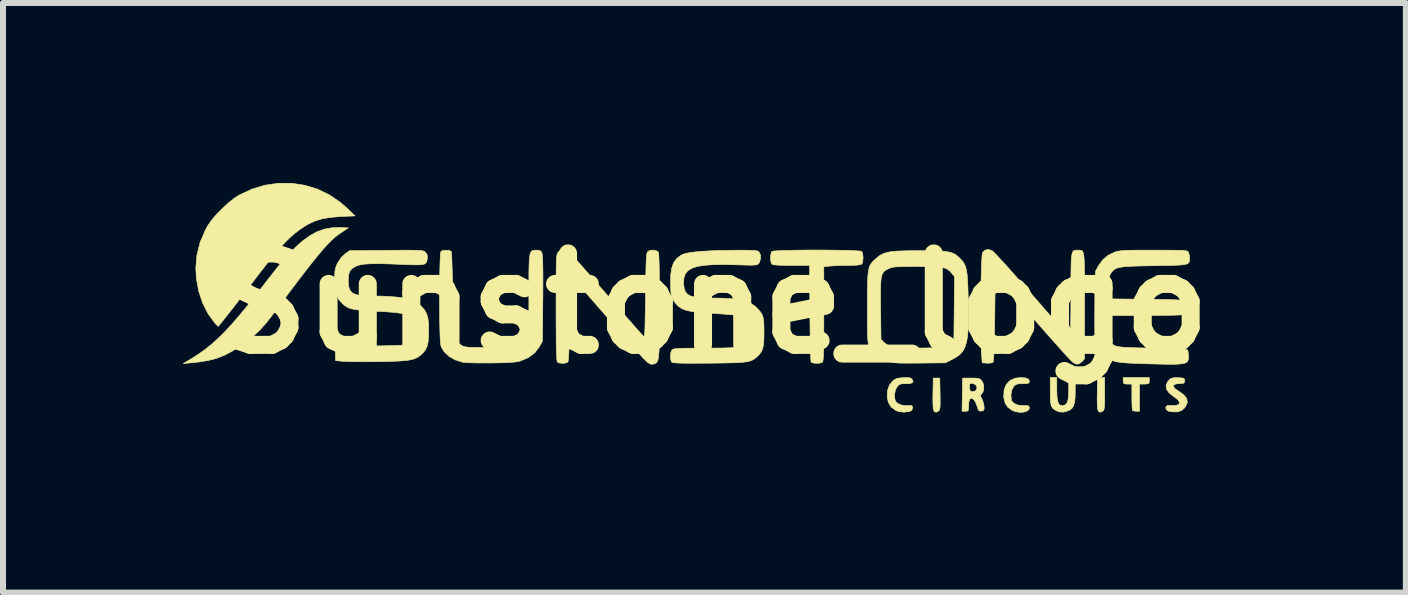
<source format=kicad_pcb>
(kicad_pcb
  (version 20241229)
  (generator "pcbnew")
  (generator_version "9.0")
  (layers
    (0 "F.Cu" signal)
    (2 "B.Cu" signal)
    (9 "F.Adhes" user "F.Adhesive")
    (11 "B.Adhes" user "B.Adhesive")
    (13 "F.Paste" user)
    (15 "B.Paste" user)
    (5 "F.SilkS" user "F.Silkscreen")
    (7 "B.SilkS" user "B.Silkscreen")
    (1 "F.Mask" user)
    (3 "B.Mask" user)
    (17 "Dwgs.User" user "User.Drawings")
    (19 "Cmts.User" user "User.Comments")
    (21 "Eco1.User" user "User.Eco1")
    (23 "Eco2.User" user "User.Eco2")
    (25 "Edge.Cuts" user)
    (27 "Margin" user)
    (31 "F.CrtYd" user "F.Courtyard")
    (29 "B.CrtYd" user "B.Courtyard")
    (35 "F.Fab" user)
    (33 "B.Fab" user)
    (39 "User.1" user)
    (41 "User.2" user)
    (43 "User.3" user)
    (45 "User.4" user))
  (footprint "Sunstone_logo"
    (layer "F.Cu")
    (at 8.85 2.009)
    (property "Reference" "Sunstone_logo" (at 0 0 0) (layer "F.SilkS") (effects (font (size 1.524 1.524) (thickness 0.3))))
    (attr through_hole)
    (fp_poly (pts (xy 3.77 1.506) (xy 3.771 1.61) (xy 3.771 1.684) (xy 3.768 1.734) (xy 3.762 1.765) (xy 3.753 1.783) (xy 3.744 1.791) (xy 3.708 1.812) (xy 3.682 1.806) (xy 3.667 1.789) (xy 3.657 1.759) (xy 3.652 1.697) (xy 3.65 1.6) (xy 3.651 1.503) (xy 3.656 1.243) (xy 3.765 1.243) (xy 3.77 1.506)) (stroke (width 0.01) (type solid)) (fill yes) (layer "F.SilkS"))
    (fp_poly (pts (xy 6.513 1.504) (xy 6.513 1.61) (xy 6.511 1.685) (xy 6.508 1.735) (xy 6.502 1.766) (xy 6.493 1.784) (xy 6.48 1.794) (xy 6.478 1.796) (xy 6.444 1.812) (xy 6.424 1.808) (xy 6.406 1.789) (xy 6.397 1.759) (xy 6.391 1.697) (xy 6.389 1.6) (xy 6.39 1.503) (xy 6.395 1.243) (xy 6.454 1.237) (xy 6.513 1.231) (xy 6.513 1.504)) (stroke (width 0.01) (type solid)) (fill yes) (layer "F.SilkS"))
    (fp_poly (pts (xy 7.257 1.288) (xy 7.255 1.322) (xy 7.241 1.337) (xy 7.206 1.342) (xy 7.176 1.343) (xy 7.094 1.343) (xy 7.094 1.796) (xy 7.042 1.796) (xy 7.001 1.792) (xy 6.979 1.784) (xy 6.974 1.762) (xy 6.97 1.712) (xy 6.968 1.64) (xy 6.967 1.557) (xy 6.967 1.343) (xy 6.894 1.343) (xy 6.848 1.34) (xy 6.827 1.329) (xy 6.822 1.3) (xy 6.822 1.288) (xy 6.822 1.234) (xy 7.257 1.234) (xy 7.257 1.288)) (stroke (width 0.01) (type solid)) (fill yes) (layer "F.SilkS"))
    (fp_poly (pts (xy 5.715 1.429) (xy 5.718 1.54) (xy 5.727 1.618) (xy 5.744 1.669) (xy 5.771 1.696) (xy 5.809 1.703) (xy 5.821 1.702) (xy 5.858 1.689) (xy 5.885 1.659) (xy 5.902 1.607) (xy 5.912 1.528) (xy 5.914 1.42) (xy 5.915 1.234) (xy 6.023 1.234) (xy 6.023 1.443) (xy 6.021 1.559) (xy 6.012 1.645) (xy 5.995 1.706) (xy 5.968 1.748) (xy 5.928 1.778) (xy 5.905 1.788) (xy 5.825 1.811) (xy 5.755 1.806) (xy 5.708 1.787) (xy 5.669 1.764) (xy 5.641 1.738) (xy 5.623 1.704) (xy 5.613 1.653) (xy 5.608 1.581) (xy 5.607 1.479) (xy 5.607 1.465) (xy 5.606 1.234) (xy 5.715 1.234) (xy 5.715 1.429)) (stroke (width 0.01) (type solid)) (fill yes) (layer "F.SilkS"))
    (fp_poly (pts (xy 5.195 1.241) (xy 5.244 1.261) (xy 5.26 1.294) (xy 5.255 1.314) (xy 5.237 1.33) (xy 5.192 1.337) (xy 5.142 1.337) (xy 5.081 1.338) (xy 5.042 1.347) (xy 5.012 1.367) (xy 4.996 1.385) (xy 4.966 1.443) (xy 4.952 1.517) (xy 4.956 1.592) (xy 4.964 1.623) (xy 4.997 1.661) (xy 5.054 1.689) (xy 5.127 1.702) (xy 5.168 1.702) (xy 5.22 1.701) (xy 5.246 1.707) (xy 5.256 1.727) (xy 5.258 1.737) (xy 5.248 1.773) (xy 5.21 1.798) (xy 5.154 1.812) (xy 5.088 1.813) (xy 5.019 1.8) (xy 4.971 1.781) (xy 4.899 1.729) (xy 4.855 1.663) (xy 4.833 1.574) (xy 4.831 1.547) (xy 4.838 1.437) (xy 4.873 1.349) (xy 4.935 1.284) (xy 5.022 1.245) (xy 5.117 1.234) (xy 5.195 1.241)) (stroke (width 0.01) (type solid)) (fill yes) (layer "F.SilkS"))
    (fp_poly (pts (xy 3.269 1.24) (xy 3.295 1.254) (xy 3.3 1.259) (xy 3.32 1.297) (xy 3.306 1.323) (xy 3.258 1.336) (xy 3.202 1.337) (xy 3.14 1.337) (xy 3.102 1.345) (xy 3.073 1.366) (xy 3.056 1.384) (xy 3.025 1.443) (xy 3.011 1.517) (xy 3.015 1.591) (xy 3.029 1.632) (xy 3.069 1.67) (xy 3.134 1.695) (xy 3.216 1.702) (xy 3.23 1.702) (xy 3.28 1.7) (xy 3.304 1.707) (xy 3.311 1.728) (xy 3.311 1.741) (xy 3.299 1.78) (xy 3.266 1.798) (xy 3.165 1.812) (xy 3.071 1.798) (xy 3.03 1.781) (xy 2.954 1.724) (xy 2.908 1.649) (xy 2.889 1.564) (xy 2.893 1.452) (xy 2.927 1.359) (xy 2.976 1.296) (xy 3.012 1.267) (xy 3.051 1.25) (xy 3.104 1.241) (xy 3.154 1.237) (xy 3.225 1.235) (xy 3.269 1.24)) (stroke (width 0.01) (type solid)) (fill yes) (layer "F.SilkS"))
    (fp_poly (pts (xy 7.74 1.237) (xy 7.8 1.241) (xy 7.832 1.249) (xy 7.845 1.264) (xy 7.847 1.288) (xy 7.843 1.317) (xy 7.824 1.33) (xy 7.78 1.334) (xy 7.774 1.334) (xy 7.702 1.34) (xy 7.664 1.358) (xy 7.659 1.387) (xy 7.69 1.423) (xy 7.755 1.467) (xy 7.757 1.468) (xy 7.837 1.526) (xy 7.882 1.586) (xy 7.891 1.65) (xy 7.864 1.715) (xy 7.842 1.743) (xy 7.795 1.784) (xy 7.739 1.803) (xy 7.71 1.807) (xy 7.647 1.806) (xy 7.59 1.798) (xy 7.578 1.794) (xy 7.54 1.771) (xy 7.533 1.737) (xy 7.533 1.735) (xy 7.54 1.712) (xy 7.561 1.701) (xy 7.604 1.7) (xy 7.627 1.701) (xy 7.705 1.698) (xy 7.751 1.681) (xy 7.763 1.652) (xy 7.741 1.612) (xy 7.684 1.565) (xy 7.665 1.552) (xy 7.587 1.49) (xy 7.544 1.426) (xy 7.536 1.363) (xy 7.565 1.301) (xy 7.592 1.271) (xy 7.623 1.248) (xy 7.661 1.238) (xy 7.719 1.236) (xy 7.74 1.237)) (stroke (width 0.01) (type solid)) (fill yes) (layer "F.SilkS"))
    (fp_poly (pts (xy -6.094 -1.261) (xy -6.21 -1.184) (xy -6.259 -1.15) (xy -6.308 -1.112) (xy -6.36 -1.067) (xy -6.415 -1.013) (xy -6.475 -0.949) (xy -6.543 -0.871) (xy -6.62 -0.779) (xy -6.708 -0.669) (xy -6.809 -0.54) (xy -6.924 -0.39) (xy -7.055 -0.217) (xy -7.204 -0.018) (xy -7.353 0.183) (xy -7.46 0.321) (xy -7.562 0.435) (xy -7.667 0.535) (xy -7.785 0.63) (xy -7.889 0.704) (xy -8.027 0.793) (xy -8.156 0.861) (xy -8.286 0.912) (xy -8.425 0.949) (xy -8.584 0.975) (xy -8.718 0.989) (xy -8.845 1.001) (xy -8.695 0.911) (xy -8.586 0.841) (xy -8.481 0.766) (xy -8.378 0.684) (xy -8.273 0.59) (xy -8.165 0.484) (xy -8.05 0.361) (xy -7.927 0.22) (xy -7.792 0.057) (xy -7.643 -0.13) (xy -7.477 -0.344) (xy -7.42 -0.418) (xy -7.262 -0.62) (xy -7.116 -0.79) (xy -6.981 -0.931) (xy -6.853 -1.045) (xy -6.73 -1.133) (xy -6.611 -1.198) (xy -6.491 -1.24) (xy -6.369 -1.262) (xy -6.243 -1.266) (xy -6.094 -1.261)) (stroke (width 0.01) (type solid)) (fill yes) (layer "F.SilkS"))
    (fp_poly (pts (xy -7.039 -2.004) (xy -6.821 -1.971) (xy -6.61 -1.907) (xy -6.411 -1.812) (xy -6.226 -1.685) (xy -6.136 -1.607) (xy -5.982 -1.46) (xy -6.216 -1.45) (xy -6.386 -1.436) (xy -6.531 -1.412) (xy -6.658 -1.372) (xy -6.778 -1.315) (xy -6.899 -1.236) (xy -6.991 -1.165) (xy -7.066 -1.1) (xy -7.145 -1.023) (xy -7.23 -0.93) (xy -7.326 -0.819) (xy -7.433 -0.687) (xy -7.556 -0.529) (xy -7.661 -0.39) (xy -7.743 -0.282) (xy -7.828 -0.171) (xy -7.913 -0.06) (xy -7.995 0.046) (xy -8.071 0.143) (xy -8.139 0.229) (xy -8.195 0.299) (xy -8.236 0.35) (xy -8.26 0.377) (xy -8.265 0.381) (xy -8.278 0.369) (xy -8.307 0.338) (xy -8.321 0.322) (xy -8.432 0.17) (xy -8.521 -0.006) (xy -8.586 -0.2) (xy -8.625 -0.405) (xy -8.636 -0.587) (xy -8.618 -0.806) (xy -8.564 -1.02) (xy -8.475 -1.228) (xy -8.434 -1.302) (xy -8.373 -1.389) (xy -8.29 -1.486) (xy -8.193 -1.585) (xy -8.09 -1.679) (xy -7.989 -1.758) (xy -7.91 -1.809) (xy -7.699 -1.907) (xy -7.482 -1.972) (xy -7.26 -2.004) (xy -7.039 -2.004)) (stroke (width 0.01) (type solid)) (fill yes) (layer "F.SilkS"))
    (fp_poly (pts (xy 4.361 1.244) (xy 4.408 1.249) (xy 4.437 1.26) (xy 4.459 1.279) (xy 4.465 1.286) (xy 4.491 1.34) (xy 4.499 1.405) (xy 4.489 1.466) (xy 4.467 1.501) (xy 4.446 1.525) (xy 4.446 1.548) (xy 4.464 1.585) (xy 4.466 1.587) (xy 4.488 1.643) (xy 4.502 1.707) (xy 4.503 1.714) (xy 4.504 1.761) (xy 4.494 1.783) (xy 4.467 1.792) (xy 4.46 1.793) (xy 4.428 1.792) (xy 4.409 1.776) (xy 4.394 1.735) (xy 4.39 1.72) (xy 4.363 1.648) (xy 4.33 1.599) (xy 4.294 1.579) (xy 4.29 1.578) (xy 4.265 1.593) (xy 4.25 1.638) (xy 4.245 1.716) (xy 4.244 1.766) (xy 4.234 1.789) (xy 4.21 1.796) (xy 4.191 1.796) (xy 4.136 1.796) (xy 4.141 1.519) (xy 4.143 1.387) (xy 4.258 1.387) (xy 4.26 1.405) (xy 4.27 1.449) (xy 4.289 1.467) (xy 4.309 1.47) (xy 4.351 1.459) (xy 4.372 1.443) (xy 4.386 1.403) (xy 4.371 1.363) (xy 4.332 1.337) (xy 4.326 1.335) (xy 4.281 1.329) (xy 4.261 1.344) (xy 4.258 1.387) (xy 4.143 1.387) (xy 4.146 1.243) (xy 4.288 1.243) (xy 4.361 1.244)) (stroke (width 0.01) (type solid)) (fill yes) (layer "F.SilkS"))
    (fp_poly (pts (xy 1.911 -0.89) (xy 2.047 -0.888) (xy 2.172 -0.886) (xy 2.28 -0.883) (xy 2.368 -0.879) (xy 2.43 -0.874) (xy 2.461 -0.869) (xy 2.464 -0.867) (xy 2.477 -0.837) (xy 2.485 -0.786) (xy 2.486 -0.762) (xy 2.481 -0.707) (xy 2.47 -0.666) (xy 2.464 -0.657) (xy 2.433 -0.646) (xy 2.366 -0.638) (xy 2.265 -0.635) (xy 2.232 -0.635) (xy 2.137 -0.634) (xy 2.045 -0.631) (xy 1.968 -0.627) (xy 1.928 -0.623) (xy 1.832 -0.612) (xy 1.832 0.171) (xy 1.832 0.375) (xy 1.831 0.544) (xy 1.83 0.681) (xy 1.828 0.79) (xy 1.825 0.871) (xy 1.821 0.928) (xy 1.816 0.962) (xy 1.811 0.976) (xy 1.778 0.991) (xy 1.728 0.997) (xy 1.675 0.995) (xy 1.633 0.985) (xy 1.62 0.975) (xy 1.617 0.953) (xy 1.614 0.898) (xy 1.611 0.814) (xy 1.608 0.706) (xy 1.605 0.577) (xy 1.603 0.43) (xy 1.601 0.27) (xy 1.6 0.159) (xy 1.595 -0.635) (xy 1.291 -0.635) (xy 1.162 -0.636) (xy 1.067 -0.639) (xy 1.004 -0.645) (xy 0.97 -0.653) (xy 0.965 -0.657) (xy 0.952 -0.687) (xy 0.944 -0.738) (xy 0.943 -0.762) (xy 0.948 -0.817) (xy 0.959 -0.858) (xy 0.965 -0.867) (xy 0.989 -0.873) (xy 1.044 -0.878) (xy 1.125 -0.882) (xy 1.229 -0.885) (xy 1.35 -0.888) (xy 1.484 -0.89) (xy 1.625 -0.891) (xy 1.769 -0.891) (xy 1.911 -0.89)) (stroke (width 0.01) (type solid)) (fill yes) (layer "F.SilkS"))
    (fp_poly (pts (xy 4.635 -0.882) (xy 4.642 -0.877) (xy 4.664 -0.857) (xy 4.707 -0.813) (xy 4.769 -0.746) (xy 4.848 -0.66) (xy 4.94 -0.558) (xy 5.043 -0.441) (xy 5.156 -0.314) (xy 5.275 -0.178) (xy 5.308 -0.141) (xy 5.427 -0.005) (xy 5.538 0.123) (xy 5.641 0.239) (xy 5.732 0.341) (xy 5.809 0.427) (xy 5.87 0.494) (xy 5.912 0.539) (xy 5.934 0.561) (xy 5.936 0.562) (xy 5.939 0.545) (xy 5.942 0.495) (xy 5.945 0.417) (xy 5.947 0.314) (xy 5.949 0.19) (xy 5.95 0.05) (xy 5.951 -0.103) (xy 5.951 -0.135) (xy 5.951 -0.32) (xy 5.951 -0.472) (xy 5.953 -0.594) (xy 5.955 -0.69) (xy 5.96 -0.762) (xy 5.967 -0.815) (xy 5.976 -0.85) (xy 5.989 -0.872) (xy 6.006 -0.884) (xy 6.027 -0.888) (xy 6.054 -0.889) (xy 6.066 -0.889) (xy 6.091 -0.889) (xy 6.112 -0.888) (xy 6.129 -0.884) (xy 6.143 -0.873) (xy 6.154 -0.851) (xy 6.163 -0.818) (xy 6.169 -0.768) (xy 6.173 -0.7) (xy 6.176 -0.611) (xy 6.177 -0.497) (xy 6.178 -0.356) (xy 6.178 -0.185) (xy 6.178 0.02) (xy 6.178 0.922) (xy 6.134 0.969) (xy 6.088 1.006) (xy 6.043 1.012) (xy 5.992 0.986) (xy 5.969 0.968) (xy 5.947 0.945) (xy 5.902 0.898) (xy 5.839 0.829) (xy 5.76 0.741) (xy 5.667 0.637) (xy 5.563 0.519) (xy 5.45 0.391) (xy 5.33 0.255) (xy 5.301 0.222) (xy 4.69 -0.477) (xy 4.681 0.241) (xy 4.678 0.449) (xy 4.674 0.62) (xy 4.67 0.758) (xy 4.666 0.861) (xy 4.661 0.932) (xy 4.655 0.972) (xy 4.652 0.98) (xy 4.622 0.991) (xy 4.572 0.995) (xy 4.552 0.994) (xy 4.472 0.989) (xy 4.458 0.789) (xy 4.453 0.711) (xy 4.45 0.608) (xy 4.448 0.486) (xy 4.447 0.349) (xy 4.447 0.202) (xy 4.448 0.049) (xy 4.449 -0.106) (xy 4.451 -0.258) (xy 4.454 -0.401) (xy 4.458 -0.533) (xy 4.462 -0.647) (xy 4.466 -0.74) (xy 4.471 -0.807) (xy 4.477 -0.844) (xy 4.478 -0.848) (xy 4.519 -0.889) (xy 4.574 -0.901) (xy 4.635 -0.882)) (stroke (width 0.01) (type solid)) (fill yes) (layer "F.SilkS"))
    (fp_poly (pts (xy -2.428 -0.871) (xy -2.419 -0.863) (xy -2.397 -0.841) (xy -2.354 -0.794) (xy -2.292 -0.726) (xy -2.214 -0.638) (xy -2.123 -0.534) (xy -2.02 -0.417) (xy -1.908 -0.289) (xy -1.79 -0.154) (xy -1.769 -0.129) (xy -1.652 0.005) (xy -1.542 0.131) (xy -1.441 0.246) (xy -1.352 0.347) (xy -1.278 0.432) (xy -1.219 0.497) (xy -1.179 0.541) (xy -1.16 0.561) (xy -1.159 0.561) (xy -1.156 0.544) (xy -1.153 0.495) (xy -1.15 0.416) (xy -1.147 0.314) (xy -1.145 0.191) (xy -1.142 0.051) (xy -1.14 -0.102) (xy -1.14 -0.134) (xy -1.138 -0.321) (xy -1.135 -0.475) (xy -1.132 -0.599) (xy -1.129 -0.694) (xy -1.125 -0.766) (xy -1.12 -0.815) (xy -1.114 -0.846) (xy -1.108 -0.86) (xy -1.071 -0.883) (xy -1.018 -0.89) (xy -0.966 -0.882) (xy -0.93 -0.86) (xy -0.926 -0.854) (xy -0.921 -0.826) (xy -0.917 -0.763) (xy -0.913 -0.665) (xy -0.911 -0.533) (xy -0.909 -0.369) (xy -0.907 -0.173) (xy -0.907 0.036) (xy -0.907 0.245) (xy -0.908 0.42) (xy -0.909 0.565) (xy -0.911 0.683) (xy -0.914 0.776) (xy -0.919 0.848) (xy -0.925 0.903) (xy -0.933 0.941) (xy -0.944 0.968) (xy -0.957 0.986) (xy -0.972 0.997) (xy -0.99 1.005) (xy -1.029 1.014) (xy -1.065 1.007) (xy -1.107 0.98) (xy -1.161 0.928) (xy -1.179 0.909) (xy -1.212 0.873) (xy -1.265 0.813) (xy -1.337 0.732) (xy -1.423 0.634) (xy -1.522 0.522) (xy -1.63 0.399) (xy -1.744 0.269) (xy -1.832 0.168) (xy -2.386 -0.466) (xy -2.4 0.242) (xy -2.405 0.445) (xy -2.41 0.616) (xy -2.415 0.755) (xy -2.421 0.861) (xy -2.426 0.933) (xy -2.432 0.97) (xy -2.434 0.974) (xy -2.467 0.991) (xy -2.518 0.997) (xy -2.57 0.993) (xy -2.607 0.978) (xy -2.609 0.976) (xy -2.614 0.961) (xy -2.619 0.927) (xy -2.622 0.87) (xy -2.625 0.79) (xy -2.628 0.683) (xy -2.629 0.548) (xy -2.63 0.382) (xy -2.631 0.183) (xy -2.631 0.071) (xy -2.631 -0.13) (xy -2.63 -0.299) (xy -2.63 -0.438) (xy -2.629 -0.55) (xy -2.628 -0.638) (xy -2.626 -0.706) (xy -2.623 -0.756) (xy -2.619 -0.793) (xy -2.614 -0.818) (xy -2.608 -0.836) (xy -2.6 -0.849) (xy -2.593 -0.859) (xy -2.544 -0.899) (xy -2.489 -0.903) (xy -2.428 -0.871)) (stroke (width 0.01) (type solid)) (fill yes) (layer "F.SilkS"))
    (fp_poly (pts (xy -2.956 -0.889) (xy -2.907 -0.885) (xy -2.88 -0.869) (xy -2.865 -0.839) (xy -2.859 -0.805) (xy -2.855 -0.734) (xy -2.852 -0.628) (xy -2.85 -0.486) (xy -2.85 -0.309) (xy -2.851 -0.098) (xy -2.852 -0.082) (xy -2.858 0.626) (xy -2.91 0.721) (xy -2.986 0.821) (xy -3.091 0.9) (xy -3.22 0.956) (xy -3.26 0.967) (xy -3.312 0.975) (xy -3.381 0.981) (xy -3.471 0.986) (xy -3.588 0.989) (xy -3.71 0.991) (xy -3.832 0.991) (xy -3.947 0.991) (xy -4.047 0.988) (xy -4.127 0.985) (xy -4.179 0.981) (xy -4.189 0.979) (xy -4.311 0.94) (xy -4.415 0.881) (xy -4.495 0.805) (xy -4.546 0.716) (xy -4.553 0.694) (xy -4.558 0.658) (xy -4.562 0.592) (xy -4.566 0.5) (xy -4.569 0.388) (xy -4.571 0.261) (xy -4.572 0.122) (xy -4.573 -0.023) (xy -4.573 -0.171) (xy -4.572 -0.315) (xy -4.57 -0.452) (xy -4.568 -0.578) (xy -4.565 -0.686) (xy -4.561 -0.773) (xy -4.557 -0.834) (xy -4.551 -0.865) (xy -4.55 -0.867) (xy -4.517 -0.883) (xy -4.467 -0.888) (xy -4.417 -0.885) (xy -4.383 -0.871) (xy -4.378 -0.866) (xy -4.375 -0.844) (xy -4.371 -0.789) (xy -4.367 -0.706) (xy -4.364 -0.599) (xy -4.36 -0.472) (xy -4.357 -0.329) (xy -4.355 -0.174) (xy -4.354 -0.142) (xy -4.352 0.036) (xy -4.35 0.182) (xy -4.347 0.299) (xy -4.345 0.39) (xy -4.342 0.459) (xy -4.338 0.51) (xy -4.333 0.547) (xy -4.327 0.573) (xy -4.32 0.591) (xy -4.311 0.606) (xy -4.307 0.611) (xy -4.264 0.656) (xy -4.212 0.696) (xy -4.207 0.699) (xy -4.185 0.71) (xy -4.161 0.719) (xy -4.128 0.725) (xy -4.082 0.73) (xy -4.019 0.732) (xy -3.933 0.734) (xy -3.82 0.735) (xy -3.71 0.735) (xy -3.573 0.735) (xy -3.468 0.734) (xy -3.389 0.733) (xy -3.331 0.73) (xy -3.289 0.725) (xy -3.259 0.718) (xy -3.235 0.709) (xy -3.213 0.696) (xy -3.205 0.691) (xy -3.175 0.672) (xy -3.151 0.653) (xy -3.131 0.629) (xy -3.116 0.598) (xy -3.105 0.556) (xy -3.096 0.499) (xy -3.091 0.423) (xy -3.087 0.326) (xy -3.085 0.203) (xy -3.084 0.052) (xy -3.084 -0.132) (xy -3.084 -0.141) (xy -3.084 -0.325) (xy -3.084 -0.476) (xy -3.082 -0.597) (xy -3.079 -0.692) (xy -3.074 -0.764) (xy -3.065 -0.816) (xy -3.054 -0.851) (xy -3.039 -0.872) (xy -3.019 -0.884) (xy -2.995 -0.888) (xy -2.965 -0.889) (xy -2.956 -0.889)) (stroke (width 0.01) (type solid)) (fill yes) (layer "F.SilkS"))
    (fp_poly (pts (xy 3.579 -0.879) (xy 3.707 -0.877) (xy 3.808 -0.872) (xy 3.886 -0.864) (xy 3.948 -0.851) (xy 3.997 -0.833) (xy 4.038 -0.808) (xy 4.076 -0.777) (xy 4.105 -0.748) (xy 4.141 -0.709) (xy 4.169 -0.669) (xy 4.191 -0.623) (xy 4.207 -0.567) (xy 4.219 -0.495) (xy 4.227 -0.403) (xy 4.233 -0.286) (xy 4.238 -0.139) (xy 4.239 -0.091) (xy 4.243 0.115) (xy 4.242 0.289) (xy 4.238 0.433) (xy 4.227 0.551) (xy 4.21 0.647) (xy 4.186 0.725) (xy 4.154 0.787) (xy 4.113 0.837) (xy 4.062 0.879) (xy 4 0.917) (xy 3.984 0.925) (xy 3.859 0.989) (xy 3.431 0.993) (xy 3.292 0.994) (xy 3.183 0.994) (xy 3.1 0.993) (xy 3.036 0.989) (xy 2.986 0.984) (xy 2.945 0.976) (xy 2.906 0.966) (xy 2.893 0.962) (xy 2.784 0.913) (xy 2.688 0.843) (xy 2.615 0.76) (xy 2.594 0.724) (xy 2.584 0.703) (xy 2.576 0.68) (xy 2.57 0.649) (xy 2.566 0.608) (xy 2.562 0.552) (xy 2.56 0.477) (xy 2.559 0.379) (xy 2.559 0.253) (xy 2.559 0.096) (xy 2.559 0.06) (xy 2.559 -0.116) (xy 2.559 -0.172) (xy 2.777 -0.172) (xy 2.778 -0.032) (xy 2.779 0.086) (xy 2.785 0.598) (xy 2.832 0.645) (xy 2.867 0.676) (xy 2.906 0.699) (xy 2.954 0.717) (xy 3.017 0.729) (xy 3.099 0.737) (xy 3.205 0.741) (xy 3.341 0.743) (xy 3.382 0.743) (xy 3.52 0.742) (xy 3.637 0.739) (xy 3.729 0.734) (xy 3.792 0.727) (xy 3.812 0.723) (xy 3.873 0.697) (xy 3.933 0.659) (xy 3.941 0.652) (xy 4 0.603) (xy 4.006 0.077) (xy 4.011 -0.449) (xy 3.961 -0.508) (xy 3.931 -0.541) (xy 3.9 -0.567) (xy 3.864 -0.586) (xy 3.816 -0.599) (xy 3.753 -0.608) (xy 3.669 -0.614) (xy 3.56 -0.616) (xy 3.42 -0.617) (xy 3.39 -0.617) (xy 3.257 -0.617) (xy 3.155 -0.616) (xy 3.078 -0.613) (xy 3.022 -0.61) (xy 2.98 -0.604) (xy 2.948 -0.596) (xy 2.92 -0.585) (xy 2.911 -0.58) (xy 2.873 -0.561) (xy 2.843 -0.541) (xy 2.82 -0.515) (xy 2.803 -0.481) (xy 2.79 -0.434) (xy 2.783 -0.369) (xy 2.779 -0.283) (xy 2.777 -0.172) (xy 2.559 -0.172) (xy 2.56 -0.259) (xy 2.562 -0.373) (xy 2.567 -0.464) (xy 2.575 -0.535) (xy 2.586 -0.59) (xy 2.601 -0.633) (xy 2.622 -0.668) (xy 2.648 -0.699) (xy 2.681 -0.73) (xy 2.698 -0.746) (xy 2.743 -0.784) (xy 2.788 -0.814) (xy 2.838 -0.837) (xy 2.898 -0.854) (xy 2.972 -0.866) (xy 3.065 -0.874) (xy 3.182 -0.878) (xy 3.328 -0.88) (xy 3.42 -0.88) (xy 3.579 -0.879)) (stroke (width 0.01) (type solid)) (fill yes) (layer "F.SilkS"))
    (fp_poly (pts (xy 7.487 -0.889) (xy 7.612 -0.888) (xy 7.709 -0.887) (xy 7.781 -0.886) (xy 7.833 -0.883) (xy 7.867 -0.879) (xy 7.889 -0.873) (xy 7.901 -0.865) (xy 7.909 -0.856) (xy 7.91 -0.854) (xy 7.923 -0.811) (xy 7.928 -0.758) (xy 7.928 -0.725) (xy 7.925 -0.699) (xy 7.915 -0.679) (xy 7.895 -0.664) (xy 7.861 -0.653) (xy 7.809 -0.645) (xy 7.736 -0.639) (xy 7.638 -0.636) (xy 7.512 -0.633) (xy 7.353 -0.631) (xy 7.339 -0.63) (xy 7.17 -0.627) (xy 7.032 -0.624) (xy 6.924 -0.619) (xy 6.839 -0.613) (xy 6.775 -0.604) (xy 6.726 -0.592) (xy 6.69 -0.577) (xy 6.662 -0.557) (xy 6.637 -0.532) (xy 6.625 -0.517) (xy 6.607 -0.49) (xy 6.596 -0.46) (xy 6.589 -0.416) (xy 6.586 -0.352) (xy 6.586 -0.272) (xy 6.586 -0.077) (xy 7.222 -0.07) (xy 7.396 -0.068) (xy 7.536 -0.066) (xy 7.648 -0.063) (xy 7.733 -0.06) (xy 7.796 -0.054) (xy 7.84 -0.045) (xy 7.868 -0.032) (xy 7.884 -0.015) (xy 7.891 0.007) (xy 7.892 0.035) (xy 7.892 0.07) (xy 7.892 0.076) (xy 7.888 0.135) (xy 7.874 0.167) (xy 7.857 0.181) (xy 7.828 0.186) (xy 7.765 0.191) (xy 7.669 0.195) (xy 7.542 0.197) (xy 7.386 0.199) (xy 7.204 0.2) (xy 6.586 0.2) (xy 6.586 0.391) (xy 6.589 0.505) (xy 6.597 0.585) (xy 6.612 0.632) (xy 6.627 0.659) (xy 6.645 0.681) (xy 6.67 0.698) (xy 6.704 0.711) (xy 6.753 0.721) (xy 6.82 0.729) (xy 6.909 0.734) (xy 7.024 0.738) (xy 7.168 0.741) (xy 7.303 0.744) (xy 7.442 0.746) (xy 7.571 0.75) (xy 7.684 0.754) (xy 7.777 0.758) (xy 7.844 0.762) (xy 7.882 0.766) (xy 7.888 0.768) (xy 7.902 0.794) (xy 7.909 0.845) (xy 7.91 0.871) (xy 7.91 0.907) (xy 7.907 0.936) (xy 7.898 0.96) (xy 7.881 0.979) (xy 7.852 0.994) (xy 7.808 1.004) (xy 7.746 1.01) (xy 7.664 1.013) (xy 7.557 1.013) (xy 7.424 1.01) (xy 7.261 1.006) (xy 7.065 1) (xy 7.039 0.999) (xy 6.895 0.992) (xy 6.781 0.983) (xy 6.691 0.967) (xy 6.619 0.944) (xy 6.559 0.913) (xy 6.505 0.87) (xy 6.46 0.825) (xy 6.431 0.791) (xy 6.406 0.758) (xy 6.387 0.721) (xy 6.373 0.676) (xy 6.363 0.62) (xy 6.356 0.547) (xy 6.352 0.455) (xy 6.351 0.339) (xy 6.351 0.194) (xy 6.353 0.028) (xy 6.359 -0.535) (xy 6.412 -0.631) (xy 6.483 -0.73) (xy 6.574 -0.805) (xy 6.679 -0.855) (xy 6.707 -0.865) (xy 6.739 -0.872) (xy 6.778 -0.878) (xy 6.83 -0.883) (xy 6.898 -0.886) (xy 6.987 -0.888) (xy 7.102 -0.889) (xy 7.246 -0.889) (xy 7.329 -0.889) (xy 7.487 -0.889)) (stroke (width 0.01) (type solid)) (fill yes) (layer "F.SilkS"))
    (fp_poly (pts (xy -4.977 -0.887) (xy -4.919 -0.885) (xy -4.878 -0.882) (xy -4.85 -0.877) (xy -4.831 -0.87) (xy -4.818 -0.862) (xy -4.807 -0.852) (xy -4.78 -0.814) (xy -4.775 -0.767) (xy -4.778 -0.748) (xy -4.784 -0.713) (xy -4.792 -0.687) (xy -4.807 -0.668) (xy -4.833 -0.655) (xy -4.874 -0.647) (xy -4.935 -0.644) (xy -5.019 -0.645) (xy -5.132 -0.649) (xy -5.261 -0.654) (xy -5.434 -0.661) (xy -5.574 -0.664) (xy -5.688 -0.664) (xy -5.779 -0.66) (xy -5.851 -0.653) (xy -5.91 -0.641) (xy -5.959 -0.624) (xy -5.98 -0.615) (xy -6.036 -0.58) (xy -6.072 -0.534) (xy -6.091 -0.469) (xy -6.096 -0.377) (xy -6.096 -0.375) (xy -6.09 -0.289) (xy -6.07 -0.224) (xy -6.03 -0.178) (xy -5.969 -0.149) (xy -5.88 -0.132) (xy -5.76 -0.126) (xy -5.739 -0.126) (xy -5.545 -0.123) (xy -5.384 -0.115) (xy -5.251 -0.103) (xy -5.142 -0.085) (xy -5.053 -0.06) (xy -4.979 -0.028) (xy -4.917 0.012) (xy -4.883 0.042) (xy -4.828 0.102) (xy -4.791 0.165) (xy -4.768 0.241) (xy -4.756 0.337) (xy -4.754 0.435) (xy -4.756 0.557) (xy -4.766 0.649) (xy -4.783 0.721) (xy -4.812 0.778) (xy -4.853 0.827) (xy -4.864 0.838) (xy -4.903 0.872) (xy -4.944 0.9) (xy -4.991 0.921) (xy -5.048 0.937) (xy -5.121 0.949) (xy -5.215 0.957) (xy -5.332 0.963) (xy -5.479 0.967) (xy -5.577 0.969) (xy -5.711 0.97) (xy -5.841 0.971) (xy -5.96 0.97) (xy -6.061 0.969) (xy -6.137 0.966) (xy -6.169 0.964) (xy -6.305 0.953) (xy -6.309 0.862) (xy -6.309 0.804) (xy -6.303 0.759) (xy -6.297 0.745) (xy -6.287 0.738) (xy -6.263 0.732) (xy -6.222 0.726) (xy -6.161 0.722) (xy -6.077 0.718) (xy -5.966 0.715) (xy -5.825 0.711) (xy -5.7 0.709) (xy -5.539 0.706) (xy -5.41 0.703) (xy -5.309 0.7) (xy -5.233 0.697) (xy -5.177 0.693) (xy -5.137 0.688) (xy -5.109 0.682) (xy -5.088 0.674) (xy -5.072 0.664) (xy -5.068 0.66) (xy -5.017 0.615) (xy -4.988 0.564) (xy -4.976 0.497) (xy -4.978 0.41) (xy -4.985 0.345) (xy -4.998 0.291) (xy -5.02 0.249) (xy -5.055 0.215) (xy -5.107 0.189) (xy -5.178 0.17) (xy -5.273 0.155) (xy -5.395 0.143) (xy -5.548 0.133) (xy -5.652 0.127) (xy -5.791 0.12) (xy -5.9 0.111) (xy -5.984 0.1) (xy -6.048 0.087) (xy -6.098 0.068) (xy -6.14 0.044) (xy -6.18 0.013) (xy -6.187 0.007) (xy -6.247 -0.06) (xy -6.288 -0.139) (xy -6.312 -0.237) (xy -6.322 -0.36) (xy -6.322 -0.399) (xy -6.321 -0.486) (xy -6.316 -0.548) (xy -6.304 -0.599) (xy -6.284 -0.65) (xy -6.273 -0.674) (xy -6.208 -0.773) (xy -6.147 -0.828) (xy -6.072 -0.88) (xy -5.459 -0.885) (xy -5.294 -0.887) (xy -5.161 -0.888) (xy -5.057 -0.888) (xy -4.977 -0.887)) (stroke (width 0.01) (type solid)) (fill yes) (layer "F.SilkS"))
    (fp_poly (pts (xy 0.536 -0.888) (xy 0.62 -0.886) (xy 0.679 -0.883) (xy 0.718 -0.877) (xy 0.741 -0.868) (xy 0.752 -0.86) (xy 0.774 -0.815) (xy 0.778 -0.755) (xy 0.763 -0.696) (xy 0.752 -0.675) (xy 0.741 -0.661) (xy 0.729 -0.652) (xy 0.709 -0.645) (xy 0.677 -0.641) (xy 0.627 -0.639) (xy 0.556 -0.64) (xy 0.457 -0.643) (xy 0.348 -0.646) (xy 0.142 -0.65) (xy -0.031 -0.646) (xy -0.173 -0.635) (xy -0.287 -0.615) (xy -0.374 -0.585) (xy -0.437 -0.544) (xy -0.478 -0.491) (xy -0.5 -0.426) (xy -0.506 -0.348) (xy -0.504 -0.314) (xy -0.494 -0.245) (xy -0.473 -0.192) (xy -0.438 -0.152) (xy -0.384 -0.123) (xy -0.308 -0.105) (xy -0.206 -0.095) (xy -0.073 -0.091) (xy -0.014 -0.091) (xy 0.166 -0.088) (xy 0.315 -0.078) (xy 0.437 -0.061) (xy 0.537 -0.036) (xy 0.619 -0.000226) (xy 0.687 0.046) (xy 0.742 0.101) (xy 0.778 0.145) (xy 0.804 0.186) (xy 0.82 0.233) (xy 0.829 0.293) (xy 0.834 0.373) (xy 0.835 0.483) (xy 0.835 0.483) (xy 0.833 0.6) (xy 0.826 0.688) (xy 0.812 0.755) (xy 0.79 0.806) (xy 0.756 0.85) (xy 0.732 0.874) (xy 0.7 0.904) (xy 0.669 0.927) (xy 0.636 0.946) (xy 0.595 0.961) (xy 0.544 0.972) (xy 0.478 0.98) (xy 0.393 0.986) (xy 0.285 0.989) (xy 0.15 0.992) (xy -0.016 0.994) (xy -0.073 0.994) (xy -0.247 0.996) (xy -0.388 0.996) (xy -0.498 0.995) (xy -0.582 0.993) (xy -0.641 0.99) (xy -0.679 0.985) (xy -0.7 0.98) (xy -0.703 0.977) (xy -0.72 0.94) (xy -0.725 0.884) (xy -0.72 0.826) (xy -0.704 0.781) (xy -0.697 0.772) (xy -0.685 0.764) (xy -0.663 0.757) (xy -0.629 0.752) (xy -0.577 0.749) (xy -0.505 0.746) (xy -0.408 0.745) (xy -0.281 0.744) (xy -0.152 0.744) (xy 0.021 0.743) (xy 0.162 0.742) (xy 0.274 0.738) (xy 0.361 0.732) (xy 0.429 0.724) (xy 0.479 0.712) (xy 0.517 0.696) (xy 0.546 0.676) (xy 0.571 0.65) (xy 0.572 0.65) (xy 0.598 0.613) (xy 0.611 0.571) (xy 0.616 0.513) (xy 0.617 0.478) (xy 0.612 0.39) (xy 0.595 0.321) (xy 0.56 0.27) (xy 0.506 0.233) (xy 0.426 0.207) (xy 0.317 0.19) (xy 0.212 0.18) (xy 0.096 0.172) (xy -0.037 0.162) (xy -0.165 0.153) (xy -0.229 0.148) (xy -0.357 0.135) (xy -0.455 0.116) (xy -0.531 0.087) (xy -0.592 0.047) (xy -0.644 -0.009) (xy -0.661 -0.033) (xy -0.685 -0.069) (xy -0.701 -0.102) (xy -0.712 -0.14) (xy -0.717 -0.193) (xy -0.721 -0.268) (xy -0.723 -0.321) (xy -0.721 -0.467) (xy -0.705 -0.583) (xy -0.674 -0.674) (xy -0.624 -0.745) (xy -0.555 -0.8) (xy -0.523 -0.818) (xy -0.468 -0.836) (xy -0.379 -0.852) (xy -0.259 -0.865) (xy -0.111 -0.875) (xy 0.064 -0.883) (xy 0.262 -0.887) (xy 0.421 -0.888) (xy 0.536 -0.888)) (stroke (width 0.01) (type solid)) (fill yes) (layer "F.SilkS")))
  (gr_rect
    (start -3 -3)
    (end 20.384 6.828)
    (stroke (width 0.1) (type default))
    (fill no)
    (layer "Edge.Cuts")))
</source>
